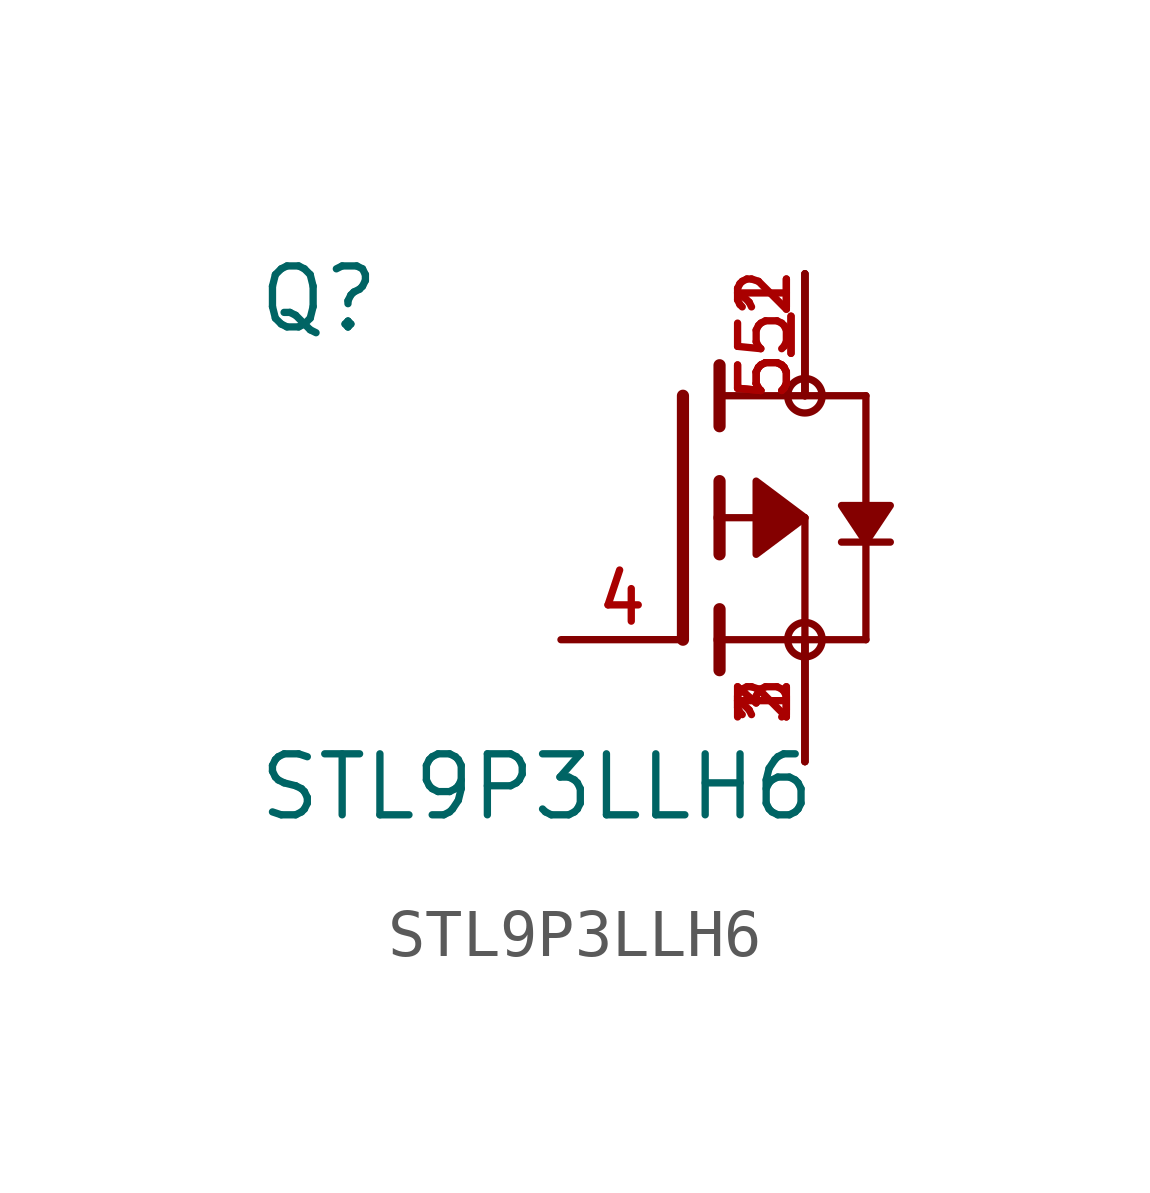
<source format=kicad_sym>
(kicad_symbol_lib
  (version 20211014)
  (generator kicad_symbol_editor)
  (symbol "STL9P3LLH6"
    (pin_names
      (offset 1.016))
    (property "Reference" "Q"
      (at -8.89 3.81 0)
      (effects (font (size 1.27 1.27)) (justify bottom left)))
    (property "Value" "STL9P3LLH6"
      (at -8.89 -6.35 0)
      (effects (font (size 1.27 1.27)) (justify bottom left)))
    (symbol "STL9P3LLH6_0_0"
      (polyline (pts (xy 0.762 -0.762) (xy 0.762 0.0)) (stroke (width 0.254)))
      (polyline (pts (xy 0.762 0.0) (xy 0.762 0.762)) (stroke (width 0.254)))
      (polyline (pts (xy 0.762 -3.175) (xy 0.762 -2.54)) (stroke (width 0.254)))
      (polyline (pts (xy 0.762 -2.54) (xy 0.762 -1.905)) (stroke (width 0.254)))
      (polyline (pts (xy 0.762 0.0) (xy 2.54 0.0)) (stroke (width 0.152)))
      (polyline (pts (xy 0.762 1.905) (xy 0.762 3.175)) (stroke (width 0.254)))
      (polyline (pts (xy 0.0 -2.54) (xy 0.0 2.54)) (stroke (width 0.254)))
      (polyline (pts (xy 3.81 2.54) (xy 0.762 2.54)) (stroke (width 0.152)))
      (polyline (pts (xy 0.762 -2.54) (xy 3.81 -2.54)) (stroke (width 0.152)))
      (circle (center 2.54 2.54) (radius 0.359) (stroke (width 0.0)) (fill (type none)))
      (circle (center 2.54 -2.54) (radius 0.359) (stroke (width 0.0)) (fill (type none)))
      (polyline (pts (xy 2.54 0.0) (xy 1.524 0.762) (xy 1.524 -0.762) (xy 2.54 0.0)) (stroke (width 0.152)) (fill (type outline)))
      (polyline (pts (xy 2.54 -2.54) (xy 2.54 0.0)) (stroke (width 0.152)))
      (polyline (pts (xy 3.81 2.54) (xy 3.81 -0.508)) (stroke (width 0.152)))
      (polyline (pts (xy 3.81 -0.508) (xy 3.81 -2.54)) (stroke (width 0.152)))
      (polyline (pts (xy 4.318 -0.508) (xy 3.81 -0.508)) (stroke (width 0.152)))
      (polyline (pts (xy 3.81 -0.508) (xy 3.302 -0.508)) (stroke (width 0.152)))
      (polyline (pts (xy 3.81 -0.508) (xy 3.302 0.254) (xy 4.318 0.254) (xy 3.81 -0.508)) (stroke (width 0.152)) (fill (type outline)))
      (pin passive line (at -2.54 -2.54 0) (length 2.54) (name "~" (effects (font (size 1.016 1.016)))) (number "4" (effects (font (size 1.016 1.016)))))
      (pin passive line (at 2.54 5.08 270.0) (length 2.54) (name "~" (effects (font (size 1.016 1.016)))) (number "5" (effects (font (size 1.016 1.016)))))
      (pin passive line (at 2.54 -5.08 90.0) (length 2.54) (name "~" (effects (font (size 1.016 1.016)))) (number "1" (effects (font (size 1.016 1.016)))))
      (pin passive line (at 2.54 5.08 270.0) (length 2.54) (name "~" (effects (font (size 1.016 1.016)))) (number "5_1" (effects (font (size 1.016 1.016)))))
      (pin passive line (at 2.54 5.08 270.0) (length 2.54) (name "~" (effects (font (size 1.016 1.016)))) (number "5_2" (effects (font (size 1.016 1.016)))))
      (pin passive line (at 2.54 -5.08 90.0) (length 2.54) (name "~" (effects (font (size 1.016 1.016)))) (number "2" (effects (font (size 1.016 1.016)))))
      (pin passive line (at 2.54 -5.08 90.0) (length 2.54) (name "~" (effects (font (size 1.016 1.016)))) (number "3" (effects (font (size 1.016 1.016))))))))
</source>
